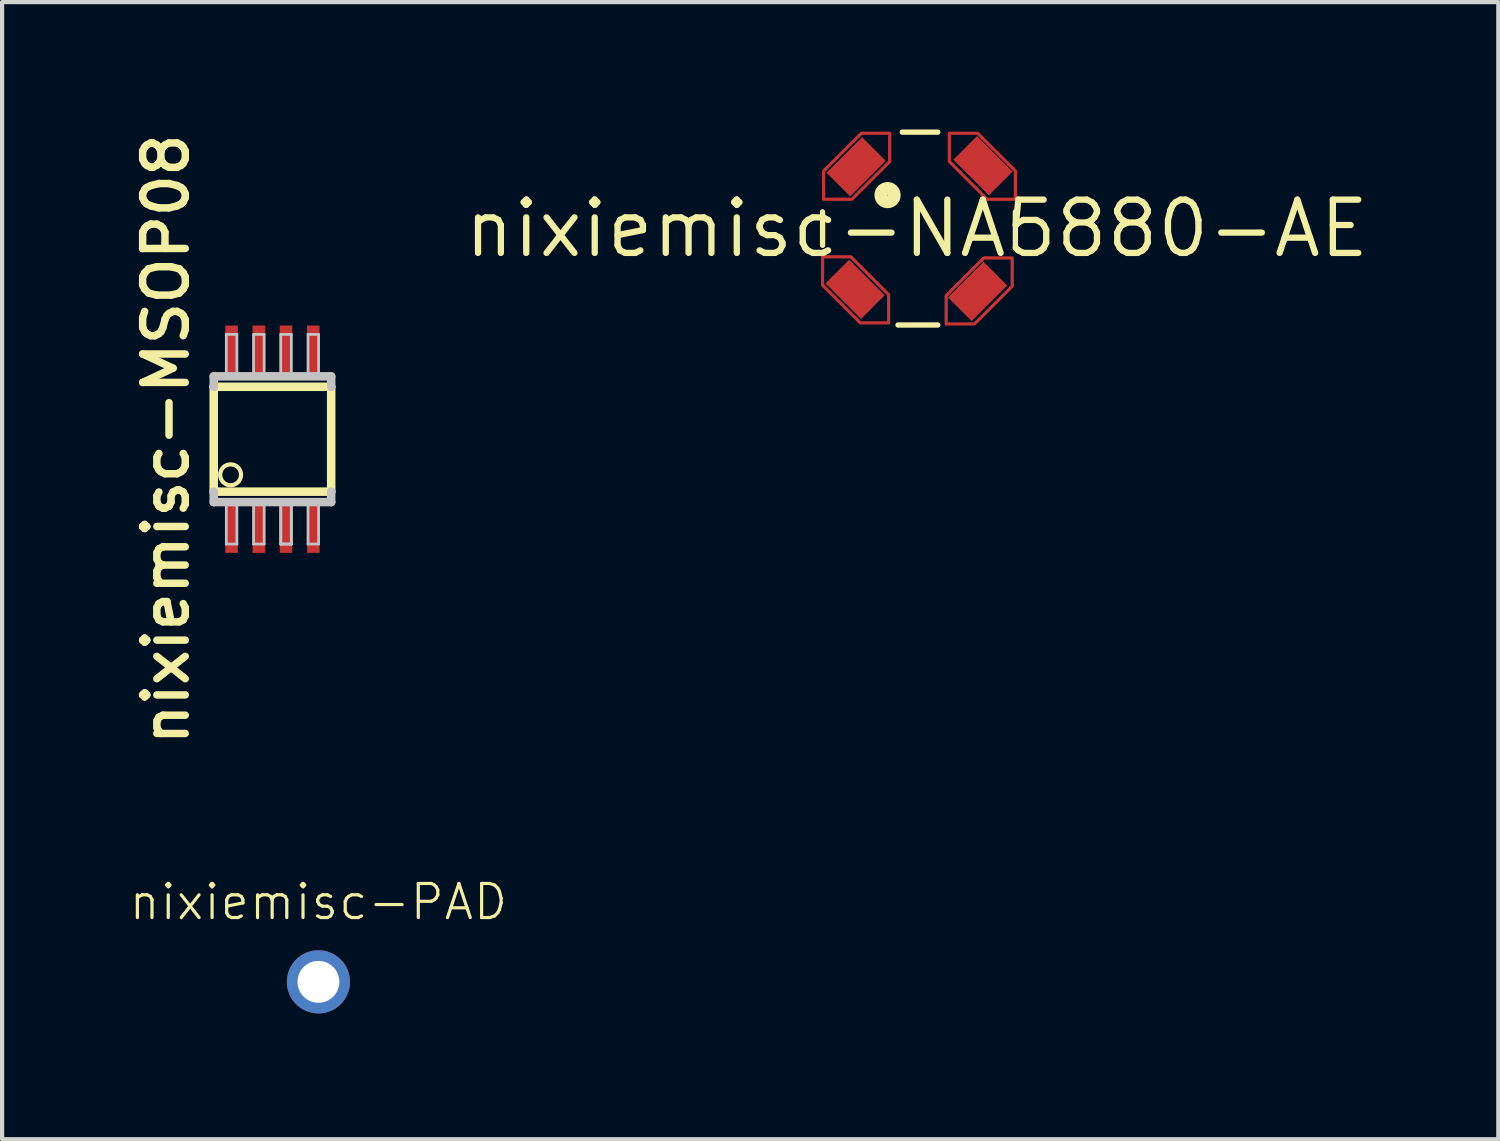
<source format=kicad_pcb>
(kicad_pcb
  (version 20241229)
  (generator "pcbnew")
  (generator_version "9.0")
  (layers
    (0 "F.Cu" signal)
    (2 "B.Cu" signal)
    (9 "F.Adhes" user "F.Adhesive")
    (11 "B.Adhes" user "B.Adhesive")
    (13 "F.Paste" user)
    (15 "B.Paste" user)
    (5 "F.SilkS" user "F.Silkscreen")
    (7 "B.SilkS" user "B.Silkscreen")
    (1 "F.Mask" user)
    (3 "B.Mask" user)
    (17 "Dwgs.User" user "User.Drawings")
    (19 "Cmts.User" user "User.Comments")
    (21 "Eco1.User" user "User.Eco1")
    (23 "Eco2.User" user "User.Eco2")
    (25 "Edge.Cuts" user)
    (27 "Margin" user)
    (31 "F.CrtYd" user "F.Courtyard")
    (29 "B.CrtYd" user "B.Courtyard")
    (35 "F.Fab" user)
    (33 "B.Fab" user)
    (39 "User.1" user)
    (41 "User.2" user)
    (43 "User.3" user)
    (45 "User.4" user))
  (footprint "nixiemisc-NA5880-AE"
    (layer "F.Cu")
    (at 18.81 2.4)
    (property "Reference" "nixiemisc-NA5880-AE" (at 0 0 0) (layer "F.SilkS") (effects (font (size 1.27 1.27) (thickness 0.15))))
    (attr smd)
    (fp_poly (pts (xy -2.223 -0.699) (xy -2.223 -1.374) (xy -1.323 -2.273) (xy -0.648 -2.273) (xy -0.648 -1.598) (xy -1.549 -0.699) (xy -2.223 -0.699)) (stroke (width 0.076) (type solid)) (fill no) (layer "F.Cu"))
    (fp_poly (pts (xy -0.673 2.248) (xy -1.349 2.248) (xy -2.248 1.349) (xy -2.248 0.673) (xy -1.575 0.673) (xy -0.673 1.575) (xy -0.673 2.248)) (stroke (width 0.076) (type solid)) (fill no) (layer "F.Cu"))
    (fp_poly (pts (xy 0.699 2.273) (xy 0.699 1.598) (xy 1.598 0.699) (xy 2.273 0.699) (xy 2.273 1.374) (xy 1.374 2.273) (xy 0.699 2.273)) (stroke (width 0.076) (type solid)) (fill no) (layer "F.Cu"))
    (fp_poly (pts (xy 2.349 -0.699) (xy 1.674 -0.699) (xy 0.775 -1.598) (xy 0.775 -2.273) (xy 1.448 -2.273) (xy 2.349 -1.374) (xy 2.349 -0.699)) (stroke (width 0.076) (type solid)) (fill no) (layer "F.Cu"))
    (fp_poly (pts (xy -2.223 -0.699) (xy -2.223 -1.374) (xy -1.323 -2.273) (xy -0.648 -2.273) (xy -0.648 -1.598) (xy -1.549 -0.699) (xy -2.223 -0.699)) (stroke (width 0.254) (type solid)) (fill no) (layer "F.Mask"))
    (fp_poly (pts (xy -0.673 2.248) (xy -1.349 2.248) (xy -2.248 1.349) (xy -2.248 0.673) (xy -1.575 0.673) (xy -0.673 1.575) (xy -0.673 2.248)) (stroke (width 0.254) (type solid)) (fill no) (layer "F.Mask"))
    (fp_poly (pts (xy 0.699 2.273) (xy 0.699 1.598) (xy 1.598 0.699) (xy 2.273 0.699) (xy 2.273 1.374) (xy 1.374 2.273) (xy 0.699 2.273)) (stroke (width 0.254) (type solid)) (fill no) (layer "F.Mask"))
    (fp_poly (pts (xy 2.349 -0.699) (xy 1.674 -0.699) (xy 0.775 -1.598) (xy 0.775 -2.273) (xy 1.448 -2.273) (xy 2.349 -1.374) (xy 2.349 -0.699)) (stroke (width 0.254) (type solid)) (fill no) (layer "F.Mask"))
    (fp_line (start -2.248 -0.399) (end -2.248 0.399) (stroke (width 0.127) (type solid)) (layer "F.SilkS"))
    (fp_line (start -0.45 2.299) (end 0.498 2.299) (stroke (width 0.127) (type solid)) (layer "F.SilkS"))
    (fp_line (start -0.348 -2.299) (end 0.498 -2.299) (stroke (width 0.127) (type solid)) (layer "F.SilkS"))
    (fp_line (start 2.349 -0.399) (end 2.349 0.45) (stroke (width 0.127) (type solid)) (layer "F.SilkS"))
    (fp_circle (center -0.699 -0.798) (end -0.699 -0.958) (stroke (width 0.305) (type solid)) (fill no) (layer "F.SilkS"))
    (fp_poly (pts (xy -2.223 -0.699) (xy -2.223 -1.374) (xy -1.323 -2.273) (xy -0.648 -2.273) (xy -0.648 -1.598) (xy -1.549 -0.699) (xy -2.223 -0.699)) (stroke (width 0.076) (type solid)) (fill no) (layer "F.Paste"))
    (fp_poly (pts (xy -0.673 2.248) (xy -1.349 2.248) (xy -2.248 1.349) (xy -2.248 0.673) (xy -1.575 0.673) (xy -0.673 1.575) (xy -0.673 2.248)) (stroke (width 0.076) (type solid)) (fill no) (layer "F.Paste"))
    (fp_poly (pts (xy 0.699 2.273) (xy 0.699 1.598) (xy 1.598 0.699) (xy 2.273 0.699) (xy 2.273 1.374) (xy 1.374 2.273) (xy 0.699 2.273)) (stroke (width 0.076) (type solid)) (fill no) (layer "F.Paste"))
    (fp_poly (pts (xy 2.349 -0.699) (xy 1.674 -0.699) (xy 0.775 -1.598) (xy 0.775 -2.273) (xy 1.448 -2.273) (xy 2.349 -1.374) (xy 2.349 -0.699)) (stroke (width 0.076) (type solid)) (fill no) (layer "F.Paste"))
    (pad "P$1" smd rect (at -1.448 -1.473 45) (size 1.199 0.798) (layers "F.Cu" "F.Mask" "F.Paste"))
    (pad "P$2" smd rect (at -1.473 1.448 135) (size 1.199 0.798) (layers "F.Cu" "F.Mask" "F.Paste"))
    (pad "P$3" smd rect (at 1.448 1.499 225) (size 1.199 0.798) (layers "F.Cu" "F.Mask" "F.Paste"))
    (pad "P$4" smd rect (at 1.575 -1.499 135) (size 1.199 0.798) (layers "F.Cu" "F.Mask" "F.Paste")))
  (footprint "nixiemisc-PAD"
    (layer "F.Cu")
    (at 4.542 20.359)
    (property "Reference" "nixiemisc-PAD" (at 0 -1.905 0) (layer "F.SilkS") (effects (font (size 0.813 0.813) (thickness 0.076))))
    (attr exclude_from_pos_files exclude_from_bom)
    (pad "P$1" thru_hole circle (at 0 0) (size 1.506 1.506) (drill 0.998) (layers "*.Cu" "*.Mask")))
  (footprint "nixiemisc-MSOP08"
    (layer "F.Cu")
    (at 3.446 7.422)
    (property "Reference" "nixiemisc-MSOP08" (at -2.54 0 90) (layer "F.SilkS") (effects (font (size 1.016 1.016) (thickness 0.178))))
    (attr smd)
    (fp_line (start -1.4 -1.25) (end 1.4 -1.25) (stroke (width 0.203) (type solid)) (layer "F.SilkS"))
    (fp_line (start -1.4 1.25) (end -1.4 -1.25) (stroke (width 0.203) (type solid)) (layer "F.SilkS"))
    (fp_line (start 1.4 -1.25) (end 1.4 1.25) (stroke (width 0.203) (type solid)) (layer "F.SilkS"))
    (fp_line (start 1.4 1.25) (end -1.4 1.25) (stroke (width 0.203) (type solid)) (layer "F.SilkS"))
    (fp_circle (center -0.998 0.848) (end -0.998 0.599) (stroke (width 0.1) (type solid)) (fill no) (layer "F.SilkS"))
    (fp_line (start -1.4 -1.499) (end 1.4 -1.499) (stroke (width 0.203) (type solid)) (layer "Dwgs.User"))
    (fp_line (start -1.4 -1.25) (end -1.4 -1.499) (stroke (width 0.203) (type solid)) (layer "Dwgs.User"))
    (fp_line (start -1.4 1.25) (end -1.4 1.499) (stroke (width 0.203) (type solid)) (layer "Dwgs.User"))
    (fp_line (start -1.1 -2.499) (end -0.848 -2.499) (stroke (width 0.066) (type solid)) (layer "Dwgs.User"))
    (fp_line (start -1.1 -1.499) (end -1.1 -2.499) (stroke (width 0.066) (type solid)) (layer "Dwgs.User"))
    (fp_line (start -1.1 -1.499) (end -0.848 -1.499) (stroke (width 0.066) (type solid)) (layer "Dwgs.User"))
    (fp_line (start -1.1 1.499) (end -0.848 1.499) (stroke (width 0.066) (type solid)) (layer "Dwgs.User"))
    (fp_line (start -1.1 2.499) (end -1.1 1.499) (stroke (width 0.066) (type solid)) (layer "Dwgs.User"))
    (fp_line (start -1.1 2.499) (end -0.848 2.499) (stroke (width 0.066) (type solid)) (layer "Dwgs.User"))
    (fp_line (start -0.848 -1.499) (end -0.848 -2.499) (stroke (width 0.066) (type solid)) (layer "Dwgs.User"))
    (fp_line (start -0.848 2.499) (end -0.848 1.499) (stroke (width 0.066) (type solid)) (layer "Dwgs.User"))
    (fp_line (start -0.45 -2.499) (end -0.198 -2.499) (stroke (width 0.066) (type solid)) (layer "Dwgs.User"))
    (fp_line (start -0.45 -1.499) (end -0.45 -2.499) (stroke (width 0.066) (type solid)) (layer "Dwgs.User"))
    (fp_line (start -0.45 -1.499) (end -0.198 -1.499) (stroke (width 0.066) (type solid)) (layer "Dwgs.User"))
    (fp_line (start -0.45 1.499) (end -0.198 1.499) (stroke (width 0.066) (type solid)) (layer "Dwgs.User"))
    (fp_line (start -0.45 2.499) (end -0.45 1.499) (stroke (width 0.066) (type solid)) (layer "Dwgs.User"))
    (fp_line (start -0.45 2.499) (end -0.198 2.499) (stroke (width 0.066) (type solid)) (layer "Dwgs.User"))
    (fp_line (start -0.198 -1.499) (end -0.198 -2.499) (stroke (width 0.066) (type solid)) (layer "Dwgs.User"))
    (fp_line (start -0.198 2.499) (end -0.198 1.499) (stroke (width 0.066) (type solid)) (layer "Dwgs.User"))
    (fp_line (start 0.198 -2.499) (end 0.45 -2.499) (stroke (width 0.066) (type solid)) (layer "Dwgs.User"))
    (fp_line (start 0.198 -1.499) (end 0.198 -2.499) (stroke (width 0.066) (type solid)) (layer "Dwgs.User"))
    (fp_line (start 0.198 -1.499) (end 0.45 -1.499) (stroke (width 0.066) (type solid)) (layer "Dwgs.User"))
    (fp_line (start 0.198 1.499) (end 0.45 1.499) (stroke (width 0.066) (type solid)) (layer "Dwgs.User"))
    (fp_line (start 0.198 1.499) (end 0.45 1.499) (stroke (width 0.066) (type solid)) (layer "Dwgs.User"))
    (fp_line (start 0.198 2.499) (end 0.198 1.499) (stroke (width 0.066) (type solid)) (layer "Dwgs.User"))
    (fp_line (start 0.198 2.499) (end 0.198 1.499) (stroke (width 0.066) (type solid)) (layer "Dwgs.User"))
    (fp_line (start 0.198 2.499) (end 0.45 2.499) (stroke (width 0.066) (type solid)) (layer "Dwgs.User"))
    (fp_line (start 0.198 2.499) (end 0.45 2.499) (stroke (width 0.066) (type solid)) (layer "Dwgs.User"))
    (fp_line (start 0.45 -1.499) (end 0.45 -2.499) (stroke (width 0.066) (type solid)) (layer "Dwgs.User"))
    (fp_line (start 0.45 2.499) (end 0.45 1.499) (stroke (width 0.066) (type solid)) (layer "Dwgs.User"))
    (fp_line (start 0.45 2.499) (end 0.45 1.499) (stroke (width 0.066) (type solid)) (layer "Dwgs.User"))
    (fp_line (start 0.848 -2.499) (end 1.1 -2.499) (stroke (width 0.066) (type solid)) (layer "Dwgs.User"))
    (fp_line (start 0.848 -1.499) (end 0.848 -2.499) (stroke (width 0.066) (type solid)) (layer "Dwgs.User"))
    (fp_line (start 0.848 -1.499) (end 1.1 -1.499) (stroke (width 0.066) (type solid)) (layer "Dwgs.User"))
    (fp_line (start 0.848 1.499) (end 1.1 1.499) (stroke (width 0.066) (type solid)) (layer "Dwgs.User"))
    (fp_line (start 0.848 2.499) (end 0.848 1.499) (stroke (width 0.066) (type solid)) (layer "Dwgs.User"))
    (fp_line (start 0.848 2.499) (end 1.1 2.499) (stroke (width 0.066) (type solid)) (layer "Dwgs.User"))
    (fp_line (start 1.1 -1.499) (end 1.1 -2.499) (stroke (width 0.066) (type solid)) (layer "Dwgs.User"))
    (fp_line (start 1.1 2.499) (end 1.1 1.499) (stroke (width 0.066) (type solid)) (layer "Dwgs.User"))
    (fp_line (start 1.4 -1.25) (end 1.4 -1.499) (stroke (width 0.203) (type solid)) (layer "Dwgs.User"))
    (fp_line (start 1.4 1.25) (end 1.4 1.499) (stroke (width 0.203) (type solid)) (layer "Dwgs.User"))
    (fp_line (start 1.4 1.499) (end -1.4 1.499) (stroke (width 0.203) (type solid)) (layer "Dwgs.User"))
    (pad "1" smd rect (at -0.975 2.111) (size 0.3 1.199) (layers "F.Cu" "F.Mask" "F.Paste"))
    (pad "2" smd rect (at -0.325 2.111) (size 0.3 1.199) (layers "F.Cu" "F.Mask" "F.Paste"))
    (pad "3" smd rect (at 0.323 2.111) (size 0.3 1.199) (layers "F.Cu" "F.Mask" "F.Paste"))
    (pad "4" smd rect (at 0.973 2.111) (size 0.3 1.199) (layers "F.Cu" "F.Mask" "F.Paste"))
    (pad "5" smd rect (at 0.973 -2.111) (size 0.3 1.199) (layers "F.Cu" "F.Mask" "F.Paste"))
    (pad "6" smd rect (at 0.323 -2.111) (size 0.3 1.199) (layers "F.Cu" "F.Mask" "F.Paste"))
    (pad "7" smd rect (at -0.325 -2.111) (size 0.3 1.199) (layers "F.Cu" "F.Mask" "F.Paste"))
    (pad "8" smd rect (at -0.975 -2.111) (size 0.3 1.199) (layers "F.Cu" "F.Mask" "F.Paste")))
  (gr_rect
    (start -3 -3)
    (end 32.673 24.112)
    (stroke (width 0.1) (type default))
    (fill no)
    (layer "Edge.Cuts")))
</source>
